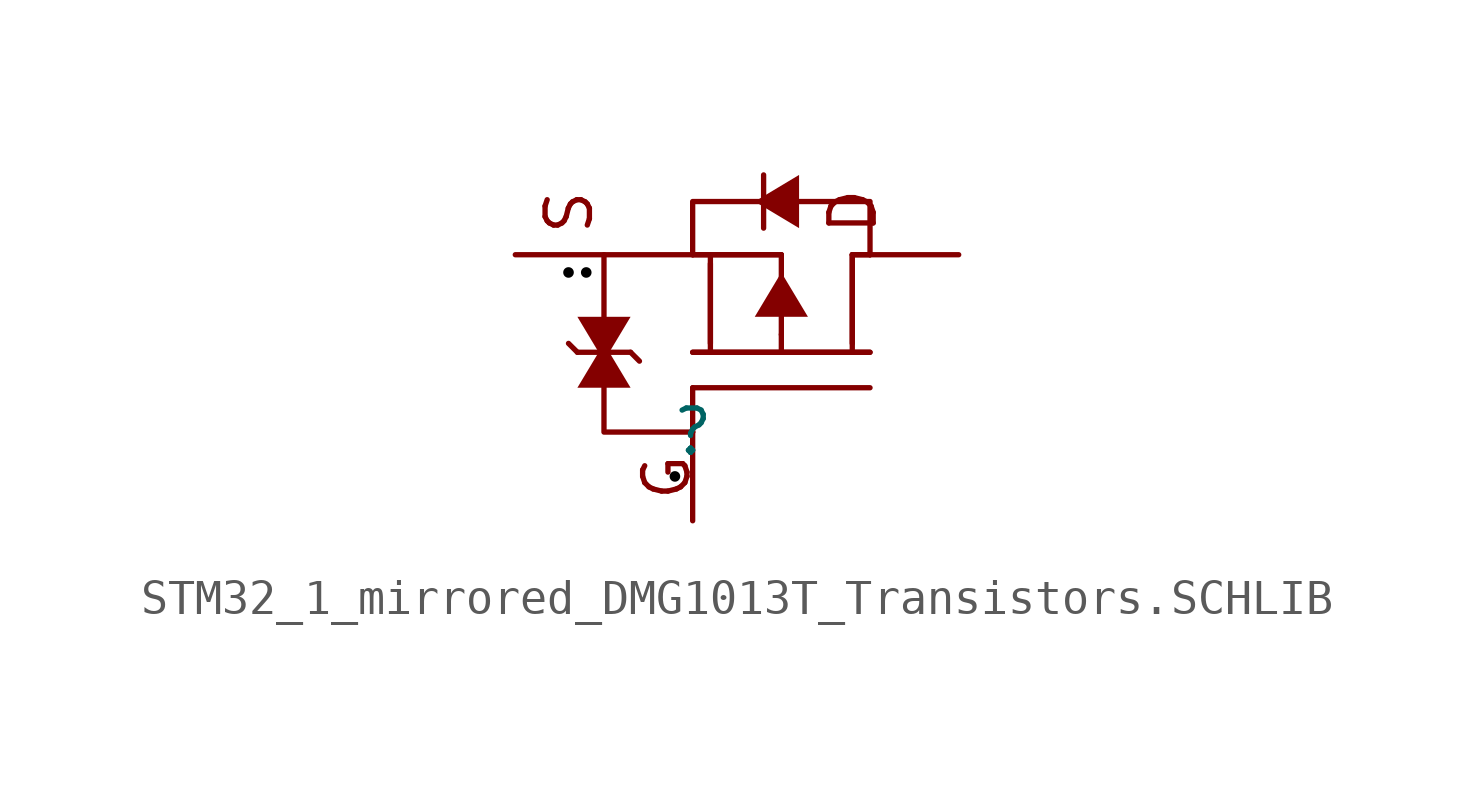
<source format=kicad_sym>
(kicad_symbol_lib
  (version 20241209)
  (generator "kicad_symbol_editor")
  (generator_version "9.0")
  (symbol "STM32_1_mirrored_DMG1013T_Transistors.SCHLIB"
    (pin_numbers
      (hide yes))
    (pin_names
      (hide yes))
    (property "Reference" ""
      (at 0 0 0)
      (effects (font (size 1.27 1.27))))
    (property "Value" ""
      (at 0 0 0)
      (effects (font (size 1.27 1.27))))
    (symbol "STM32_1_mirrored_DMG1013T_Transistors.SCHLIB_1_0"
      (circle (center -3.556 4.572) (radius 0.152) (stroke (width -0.0001) (type solid) (color 0 0 0 1)) (fill (type outline)))
      (polyline (pts (xy -3.302 2.286) (xy -3.556 2.54)) (stroke (width 0) (type solid)) (fill (type none)))
      (polyline (pts (xy -3.302 1.27) (xy -2.54 2.54) (xy -1.778 1.27) (xy -3.302 1.27)) (stroke (width -0.0001) (type solid)) (fill (type outline)))
      (circle (center -3.048 4.572) (radius 0.152) (stroke (width -0.0001) (type solid) (color 0 0 0 1)) (fill (type outline)))
      (polyline (pts (xy -1.778 3.302) (xy -2.54 2.032) (xy -3.302 3.302) (xy -1.778 3.302)) (stroke (width -0.0001) (type solid)) (fill (type outline)))
      (polyline (pts (xy -1.778 2.286) (xy -3.302 2.286)) (stroke (width 0) (type solid)) (fill (type none)))
      (polyline (pts (xy -1.778 2.286) (xy -1.524 2.032)) (stroke (width 0) (type solid)) (fill (type none)))
      (circle (center -0.508 -1.27) (radius 0.152) (stroke (width -0.0001) (type solid) (color 0 0 0 1)) (fill (type outline)))
      (polyline (pts (xy 0 5.08) (xy 0 6.604) (xy 5.08 6.604) (xy 5.08 5.08)) (stroke (width 0) (type solid)) (fill (type none)))
      (polyline (pts (xy 0 1.27) (xy 5.08 1.27)) (stroke (width 0) (type solid)) (fill (type none)))
      (polyline (pts (xy 0 0) (xy 0 1.27)) (stroke (width 0) (type solid)) (fill (type none)))
      (polyline (pts (xy 0 0) (xy -2.54 0) (xy -2.54 5.08) (xy 0 5.08)) (stroke (width 0) (type solid)) (fill (type none)))
      (polyline (pts (xy 0.508 2.54) (xy 0.508 4.826)) (stroke (width 0) (type solid)) (fill (type none)))
      (polyline (pts (xy 0.508 2.286) (xy 0.508 5.08)) (stroke (width 0) (type solid)) (fill (type none)))
      (polyline (pts (xy 1.778 3.302) (xy 2.54 4.572) (xy 3.302 3.302) (xy 1.778 3.302)) (stroke (width -0.0001) (type solid)) (fill (type outline)))
      (polyline (pts (xy 2.032 5.842) (xy 2.032 7.366)) (stroke (width 0) (type solid)) (fill (type none)))
      (polyline (pts (xy 2.54 5.08) (xy 0 5.08)) (stroke (width 0) (type solid)) (fill (type none)))
      (polyline (pts (xy 2.54 5.08) (xy 0 5.08)) (stroke (width 0) (type solid)) (fill (type none)))
      (polyline (pts (xy 2.54 5.08) (xy 2.54 2.794)) (stroke (width 0) (type solid)) (fill (type none)))
      (polyline (pts (xy 2.54 2.794) (xy 2.54 2.286)) (stroke (width 0) (type solid)) (fill (type none)))
      (polyline (pts (xy 3.048 5.842) (xy 1.778 6.604) (xy 3.048 7.366) (xy 3.048 5.842)) (stroke (width -0.0001) (type solid)) (fill (type outline)))
      (polyline (pts (xy 4.572 5.08) (xy 4.572 2.54)) (stroke (width 0) (type solid)) (fill (type none)))
      (polyline (pts (xy 4.572 5.08) (xy 4.572 2.286)) (stroke (width 0) (type solid)) (fill (type none)))
      (polyline (pts (xy 5.08 5.08) (xy 4.572 5.08)) (stroke (width 0) (type solid)) (fill (type none)))
      (polyline (pts (xy 5.08 5.08) (xy 4.572 5.08)) (stroke (width 0) (type solid)) (fill (type none)))
      (polyline (pts (xy 5.08 2.286) (xy 0 2.286)) (stroke (width 0) (type solid)) (fill (type none)))
      (polyline (pts (xy 5.08 2.286) (xy 0 2.286)) (stroke (width 0) (type solid)) (fill (type none)))
      (text "S" (at -2.794 5.588 900) (effects (font (size 1.27 1.27)) (justify left bottom)))
      (text "G" (at 0 -2.032 900) (effects (font (size 1.27 1.27)) (justify left bottom)))
      (text "D" (at 5.334 5.588 900) (effects (font (size 1.27 1.27)) (justify left bottom)))
      (pin passive line (at -5.08 5.08 0) (length 2.54) (name "S" (effects (font (size 1.27 1.27)))) (number "2" (effects (font (size 1.27 1.27)))))
      (pin passive line (at 0 -2.54 90) (length 2.54) (name "G" (effects (font (size 1.27 1.27)))) (number "1" (effects (font (size 1.27 1.27)))))
      (pin passive line (at 7.62 5.08 180) (length 2.54) (name "D" (effects (font (size 1.27 1.27)))) (number "3" (effects (font (size 1.27 1.27))))))))
</source>
